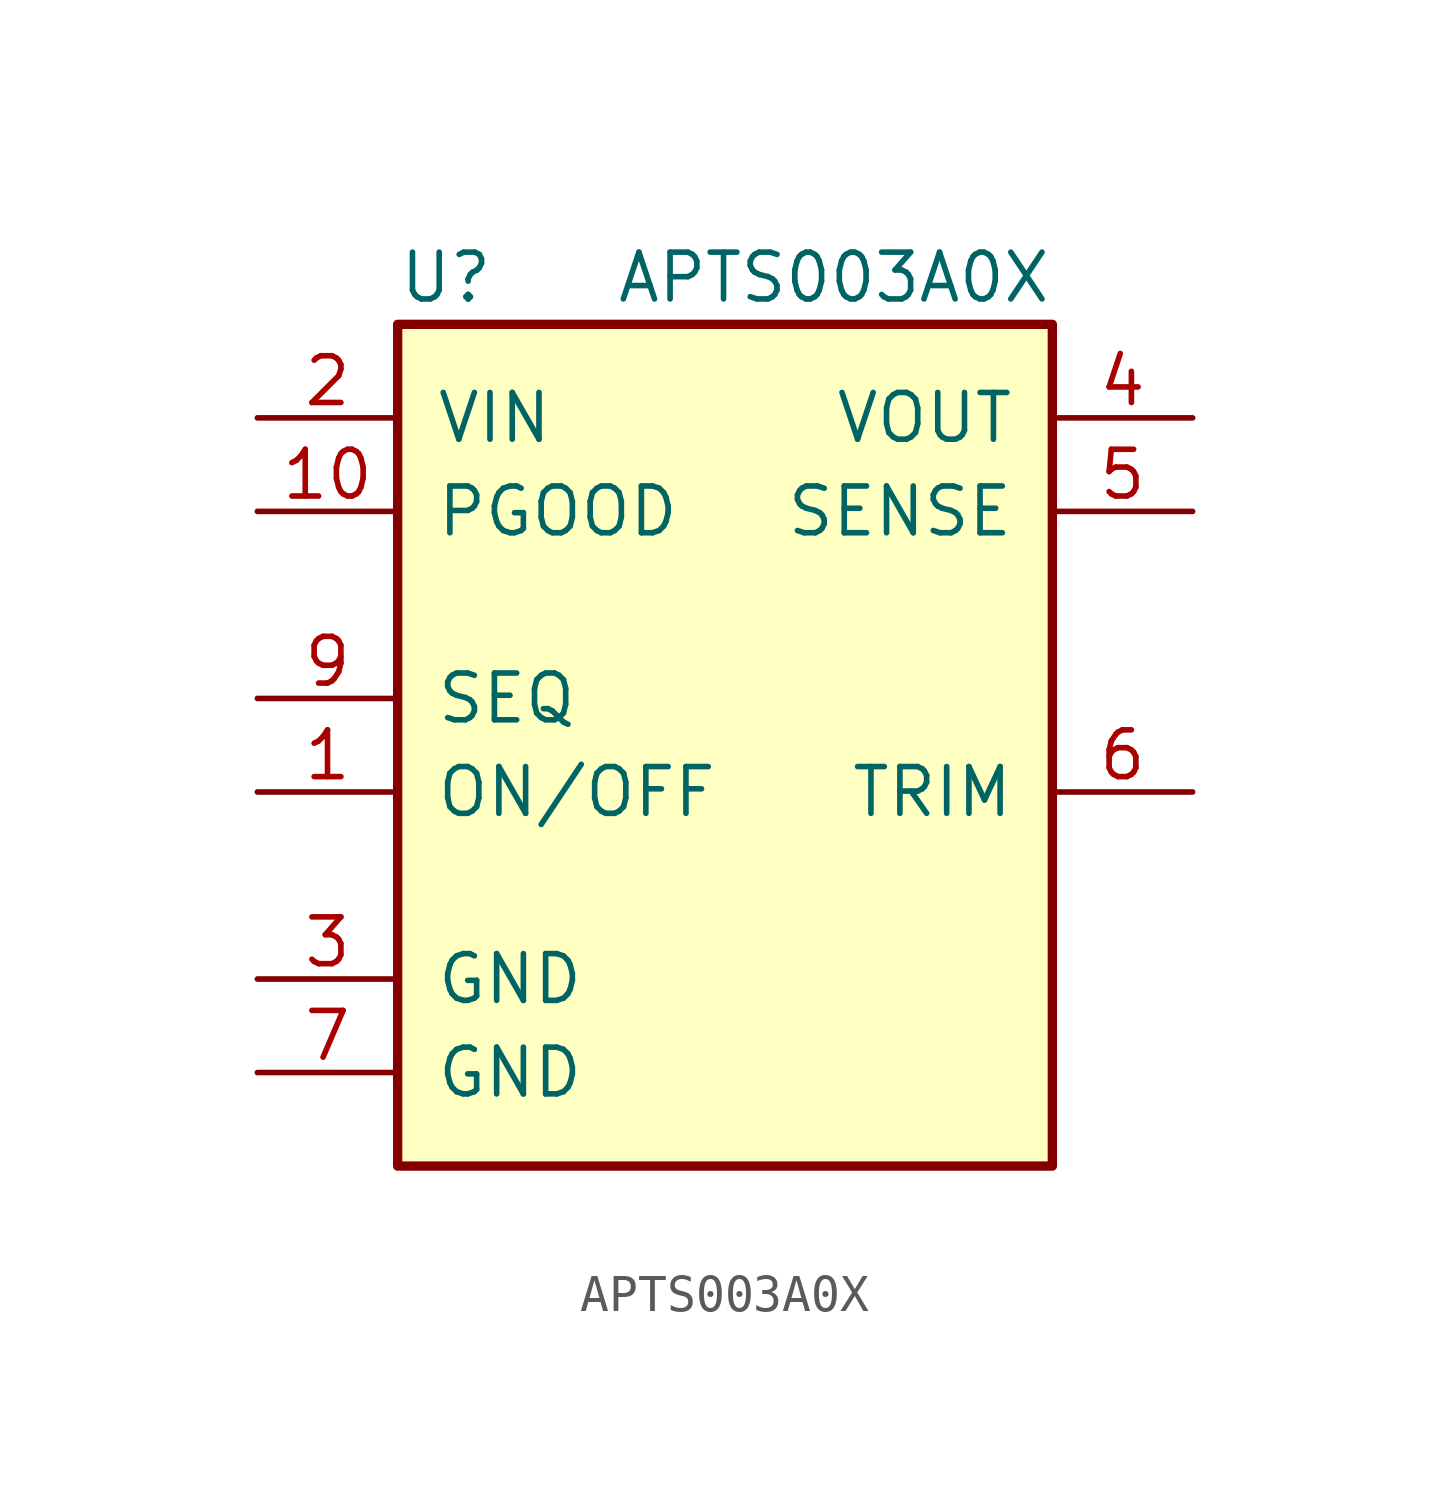
<source format=kicad_sym>
(kicad_symbol_lib
  (version 20211014)
  (generator kicad_symbol_editor)
  (symbol "APTS003A0X"
    (pin_names
      (offset 1.016))
    (property "Reference" "U"
      (at -8.89 11.43 0)
      (effects (font (size 1.27 1.27)) (justify left)))
    (property "Value" "APTS003A0X"
      (at 8.89 11.43 0)
      (effects (font (size 1.27 1.27)) (justify right)))
    (symbol "APTS003A0X_0_1"
      (rectangle (start 8.89 10.16) (end -8.89 -12.7) (stroke (width 0.254) (type default) (color 0 0 0 0)) (fill (type background))))
    (symbol "APTS003A0X_1_1"
      (pin input line (at -12.7 -2.54 0) (length 3.81) (name "ON/OFF" (effects (font (size 1.27 1.27)))) (number "1" (effects (font (size 1.27 1.27)))))
      (pin open_collector line (at -12.7 5.08 0) (length 3.81) (name "PGOOD" (effects (font (size 1.27 1.27)))) (number "10" (effects (font (size 1.27 1.27)))))
      (pin power_in line (at -12.7 7.62 0) (length 3.81) (name "VIN" (effects (font (size 1.27 1.27)))) (number "2" (effects (font (size 1.27 1.27)))))
      (pin power_in line (at -12.7 -7.62 0) (length 3.81) (name "GND" (effects (font (size 1.27 1.27)))) (number "3" (effects (font (size 1.27 1.27)))))
      (pin power_out line (at 12.7 7.62 180) (length 3.81) (name "VOUT" (effects (font (size 1.27 1.27)))) (number "4" (effects (font (size 1.27 1.27)))))
      (pin input line (at 12.7 5.08 180) (length 3.81) (name "SENSE" (effects (font (size 1.27 1.27)))) (number "5" (effects (font (size 1.27 1.27)))))
      (pin input line (at 12.7 -2.54 180) (length 3.81) (name "TRIM" (effects (font (size 1.27 1.27)))) (number "6" (effects (font (size 1.27 1.27)))))
      (pin power_in line (at -12.7 -10.16 0) (length 3.81) (name "GND" (effects (font (size 1.27 1.27)))) (number "7" (effects (font (size 1.27 1.27)))))
      (pin no_connect line (at -12.7 2.54 0) (length 3.81) hide (name "NC" (effects (font (size 1.27 1.27)))) (number "8" (effects (font (size 1.27 1.27)))))
      (pin input line (at -12.7 0 0) (length 3.81) (name "SEQ" (effects (font (size 1.27 1.27)))) (number "9" (effects (font (size 1.27 1.27))))))))
</source>
